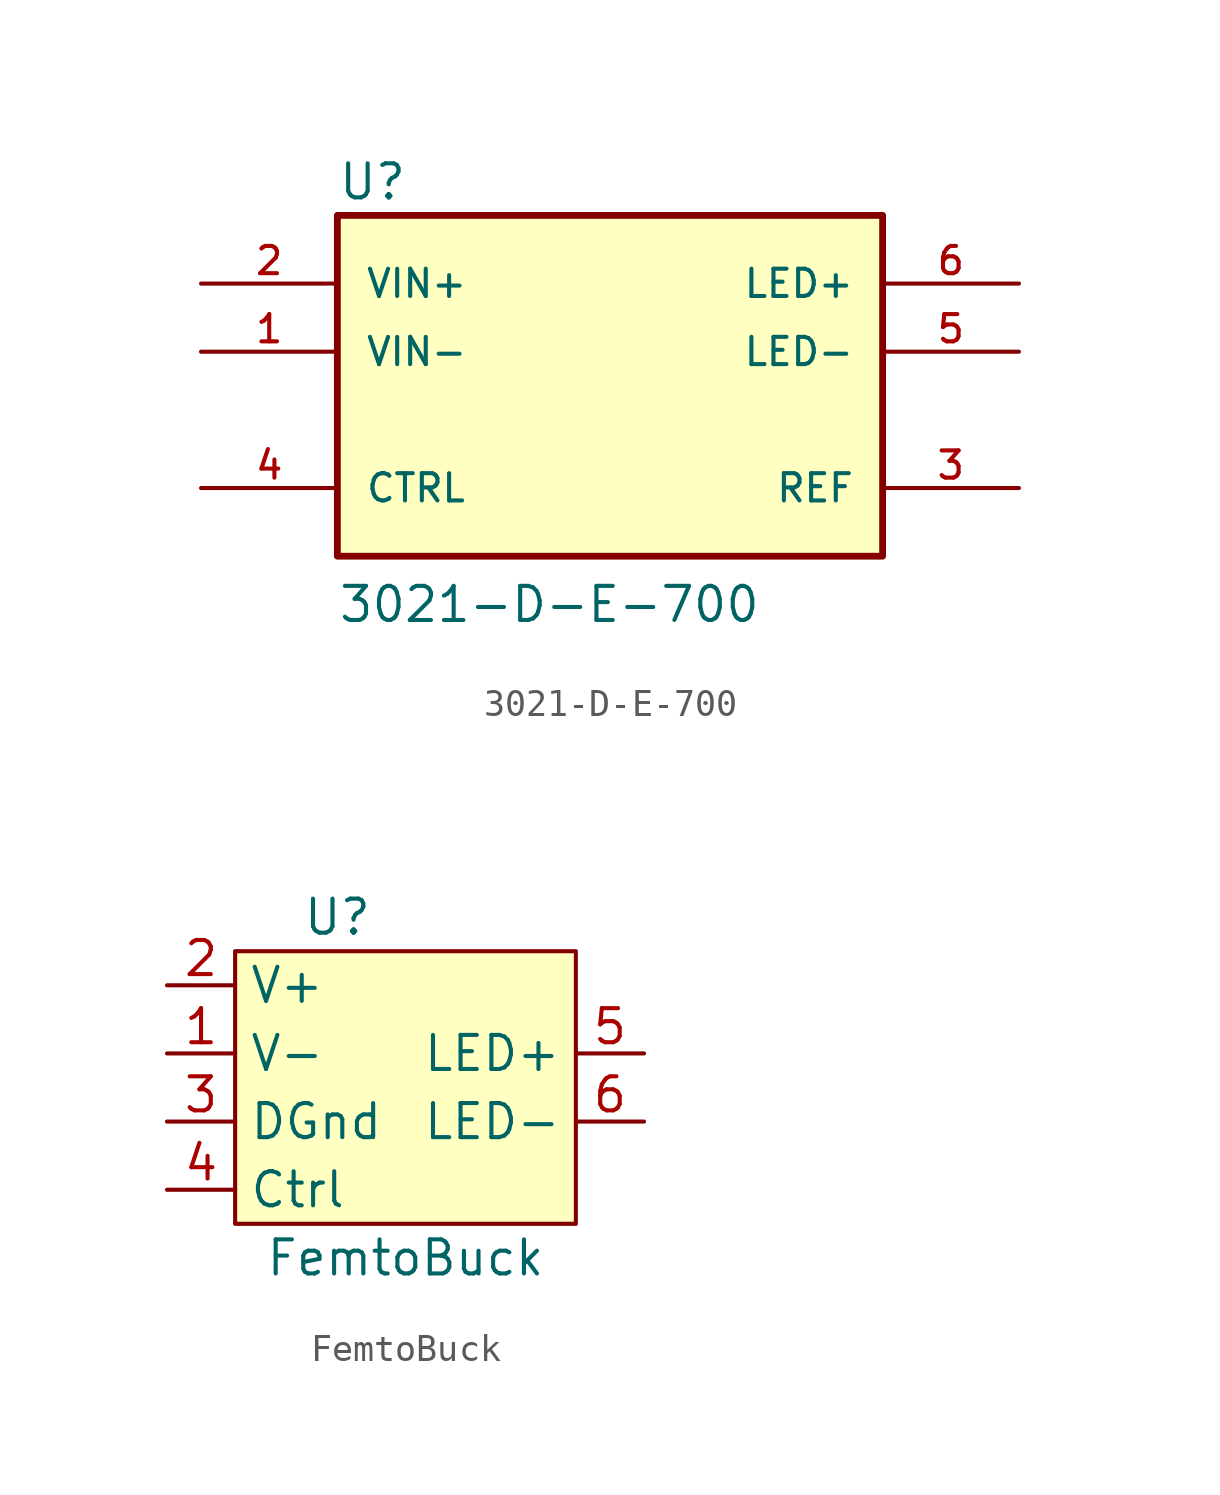
<source format=kicad_sym>
(kicad_symbol_lib
  (version 20220914)
  (generator kicad_symbol_editor)
  (symbol "3021-D-E-700"
    (pin_names
      (offset 1.016))
    (property "Reference" "U"
      (at -10.16 8.128 0)
      (effects (font (size 1.27 1.27)) (justify left bottom)))
    (property "Value" "3021-D-E-700"
      (at -10.16 -7.62 0)
      (effects (font (size 1.27 1.27)) (justify left bottom)))
    (symbol "3021-D-E-700_0_0"
      (rectangle (start -10.16 -5.08) (end 10.16 7.62) (stroke (width 0.254) (type default)) (fill (type background)))
      (pin input line (at -15.24 2.54 0) (length 5.08) (name "VIN-" (effects (font (size 1.016 1.016)))) (number "1" (effects (font (size 1.016 1.016)))))
      (pin input line (at -15.24 5.08 0) (length 5.08) (name "VIN+" (effects (font (size 1.016 1.016)))) (number "2" (effects (font (size 1.016 1.016)))))
      (pin passive line (at 15.24 -2.54 180) (length 5.08) (name "REF" (effects (font (size 1.016 1.016)))) (number "3" (effects (font (size 1.016 1.016)))))
      (pin input line (at -15.24 -2.54 0) (length 5.08) (name "CTRL" (effects (font (size 1.016 1.016)))) (number "4" (effects (font (size 1.016 1.016)))))
      (pin output line (at 15.24 2.54 180) (length 5.08) (name "LED-" (effects (font (size 1.016 1.016)))) (number "5" (effects (font (size 1.016 1.016)))))
      (pin output line (at 15.24 5.08 180) (length 5.08) (name "LED+" (effects (font (size 1.016 1.016)))) (number "6" (effects (font (size 1.016 1.016)))))))
  (symbol "FemtoBuck"
    (property "Reference" "U"
      (at -1.27 2.54 0)
      (effects (font (size 1.27 1.27))))
    (property "Value" "FemtoBuck"
      (at 1.27 -10.16 0)
      (effects (font (size 1.27 1.27))))
    (symbol "FemtoBuck_1_1"
      (rectangle (start -5.08 1.27) (end 7.62 -8.89) (stroke (width 0) (type default)) (fill (type background)))
      (pin power_in line (at -7.62 -2.54 0) (length 2.54) (name "V-" (effects (font (size 1.27 1.27)))) (number "1" (effects (font (size 1.27 1.27)))))
      (pin power_in line (at -7.62 0 0) (length 2.54) (name "V+" (effects (font (size 1.27 1.27)))) (number "2" (effects (font (size 1.27 1.27)))))
      (pin input line (at -7.62 -5.08 0) (length 2.54) (name "DGnd" (effects (font (size 1.27 1.27)))) (number "3" (effects (font (size 1.27 1.27)))))
      (pin input line (at -7.62 -7.62 0) (length 2.54) (name "Ctrl" (effects (font (size 1.27 1.27)))) (number "4" (effects (font (size 1.27 1.27)))))
      (pin power_out line (at 10.16 -2.54 180) (length 2.54) (name "LED+" (effects (font (size 1.27 1.27)))) (number "5" (effects (font (size 1.27 1.27)))))
      (pin power_out line (at 10.16 -5.08 180) (length 2.54) (name "LED-" (effects (font (size 1.27 1.27)))) (number "6" (effects (font (size 1.27 1.27))))))))
</source>
